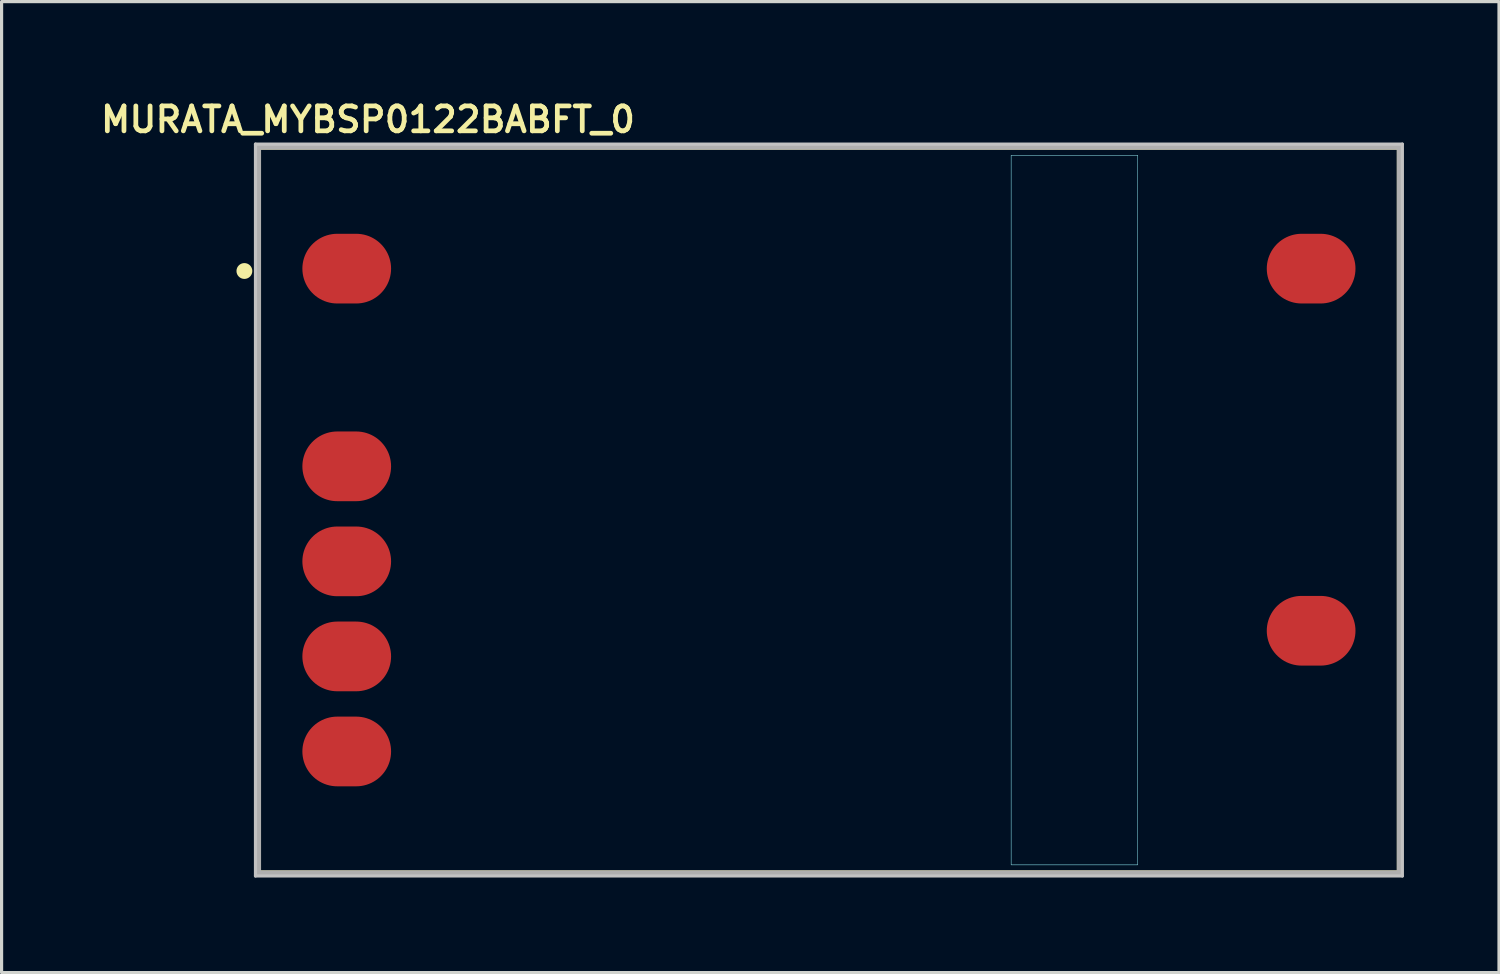
<source format=kicad_pcb>
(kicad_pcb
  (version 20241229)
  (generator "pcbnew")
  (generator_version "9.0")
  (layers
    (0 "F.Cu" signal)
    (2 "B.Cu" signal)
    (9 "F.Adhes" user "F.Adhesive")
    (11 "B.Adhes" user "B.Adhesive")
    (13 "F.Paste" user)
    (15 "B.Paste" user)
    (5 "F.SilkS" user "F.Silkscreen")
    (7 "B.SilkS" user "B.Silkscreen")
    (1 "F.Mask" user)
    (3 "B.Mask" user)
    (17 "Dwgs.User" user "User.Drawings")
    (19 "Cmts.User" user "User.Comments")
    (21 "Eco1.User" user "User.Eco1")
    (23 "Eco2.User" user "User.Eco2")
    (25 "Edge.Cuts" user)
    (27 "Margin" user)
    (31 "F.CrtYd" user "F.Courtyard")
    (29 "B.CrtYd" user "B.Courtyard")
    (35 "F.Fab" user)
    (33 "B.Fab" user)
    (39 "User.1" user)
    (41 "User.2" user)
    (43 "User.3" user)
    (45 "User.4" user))
  (footprint "MURATA_MYBSP0122BABFT_0"
    (layer "F.Cu")
    (at 24.164 11.849)
    (property "Reference" "MURATA_MYBSP0122BABFT_0" (at -15.6 -11.125 0) (layer "F.SilkS") (effects (font (size 0.787 0.787) (thickness 0.15))))
    (attr smd)
    (fp_line (start -19.05 -10.25) (end 16.95 -10.25) (stroke (width 0.15) (type solid)) (layer "F.SilkS"))
    (fp_line (start -19.05 12.65) (end -19.05 -10.25) (stroke (width 0.15) (type solid)) (layer "F.SilkS"))
    (fp_line (start -19.05 12.65) (end 16.95 12.65) (stroke (width 0.15) (type solid)) (layer "F.SilkS"))
    (fp_line (start 16.95 12.65) (end 16.95 -10.25) (stroke (width 0.15) (type solid)) (layer "F.SilkS"))
    (fp_circle (center -19.5 -6.345) (end -19.25 -6.345) (stroke (width 0) (type solid)) (fill yes) (layer "F.SilkS"))
    (fp_line (start -19.15 -10.35) (end 17.05 -10.35) (stroke (width 0.1) (type solid)) (layer "Dwgs.User"))
    (fp_line (start -19.15 12.75) (end -19.15 -10.35) (stroke (width 0.1) (type solid)) (layer "Dwgs.User"))
    (fp_line (start 17.05 -10.35) (end 17.05 12.75) (stroke (width 0.1) (type solid)) (layer "Dwgs.User"))
    (fp_line (start 17.05 12.75) (end -19.15 12.75) (stroke (width 0.1) (type solid)) (layer "Dwgs.User"))
    (fp_poly (pts (xy 4.7 -10) (xy 8.7 -10) (xy 8.7 12.4) (xy 4.7 12.4)) (stroke (width 0.01) (type solid)) (fill no) (layer "Dwgs.User"))
    (fp_poly (pts (xy 4.7 -10) (xy 8.7 -10) (xy 8.7 12.4) (xy 4.7 12.4)) (stroke (width 0.01) (type solid)) (fill no) (layer "B.CrtYd"))
    (fp_line (start -19.05 -10.25) (end 16.95 -10.25) (stroke (width 0.15) (type solid)) (layer "F.Fab"))
    (fp_line (start -19.05 12.65) (end -19.05 -10.25) (stroke (width 0.15) (type solid)) (layer "F.Fab"))
    (fp_line (start 16.95 -10.25) (end 16.95 12.65) (stroke (width 0.15) (type solid)) (layer "F.Fab"))
    (fp_line (start 16.95 12.65) (end -19.05 12.65) (stroke (width 0.15) (type solid)) (layer "F.Fab"))
    (pad "1" smd oval (at -16.27 -6.42) (size 2.8 2.2) (layers "F.Cu" "F.Mask" "F.Paste"))
    (pad "2" smd oval (at -16.27 -0.18) (size 2.8 2.2) (layers "F.Cu" "F.Mask" "F.Paste"))
    (pad "3" smd oval (at -16.27 2.82) (size 2.8 2.2) (layers "F.Cu" "F.Mask" "F.Paste"))
    (pad "4" smd oval (at -16.27 5.82) (size 2.8 2.2) (layers "F.Cu" "F.Mask" "F.Paste"))
    (pad "5" smd oval (at -16.27 8.82) (size 2.8 2.2) (layers "F.Cu" "F.Mask" "F.Paste"))
    (pad "6" smd oval (at 14.17 5.01) (size 2.8 2.2) (layers "F.Cu" "F.Mask" "F.Paste"))
    (pad "7" smd oval (at 14.17 -6.42) (size 2.8 2.2) (layers "F.Cu" "F.Mask" "F.Paste")))
  (gr_rect
    (start -3 -3)
    (end 44.264 27.649)
    (stroke (width 0.1) (type default))
    (fill no)
    (layer "Edge.Cuts")))
</source>
